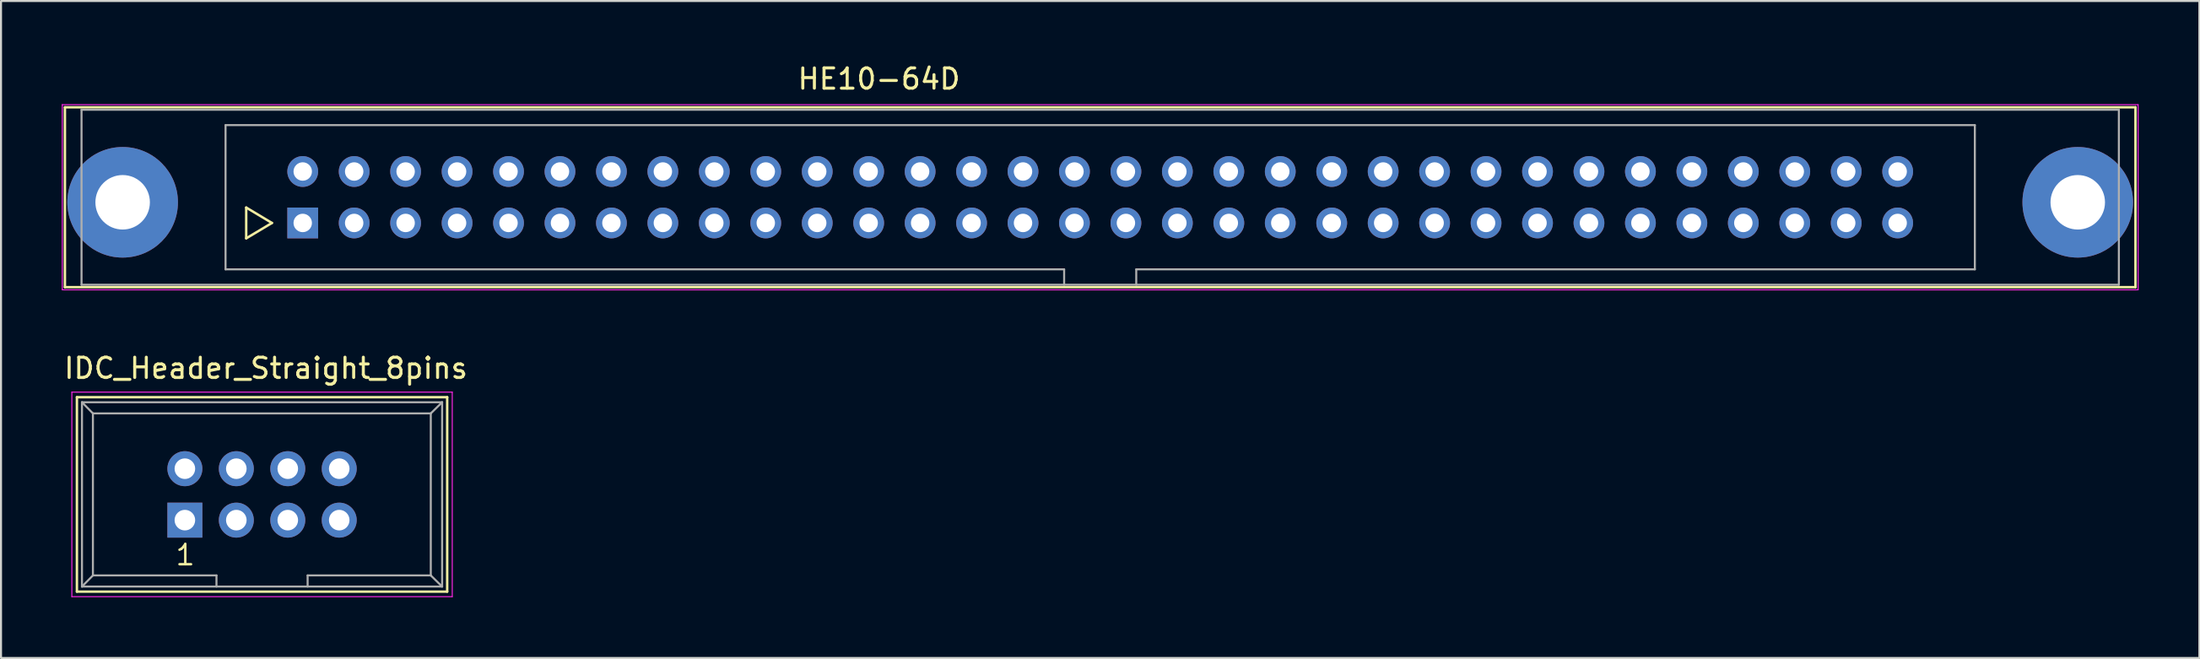
<source format=kicad_pcb>
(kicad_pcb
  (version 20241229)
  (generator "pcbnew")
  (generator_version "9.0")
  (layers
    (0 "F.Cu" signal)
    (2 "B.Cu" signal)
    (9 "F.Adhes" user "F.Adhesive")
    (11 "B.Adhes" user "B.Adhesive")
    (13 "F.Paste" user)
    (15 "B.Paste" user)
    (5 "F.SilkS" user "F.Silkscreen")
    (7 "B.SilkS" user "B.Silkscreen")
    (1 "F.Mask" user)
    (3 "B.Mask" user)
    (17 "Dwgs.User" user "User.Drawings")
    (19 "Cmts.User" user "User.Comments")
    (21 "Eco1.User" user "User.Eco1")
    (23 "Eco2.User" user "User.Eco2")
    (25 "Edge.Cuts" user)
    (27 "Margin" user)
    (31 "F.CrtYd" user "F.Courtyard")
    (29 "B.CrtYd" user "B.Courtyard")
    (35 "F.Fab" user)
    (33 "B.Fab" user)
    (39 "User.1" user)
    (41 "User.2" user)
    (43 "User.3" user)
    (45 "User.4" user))
  (footprint "HE10-64D"
    (layer "F.Cu")
    (at 11.895 7.958)
    (property "Reference" "HE10-64D" (at 28.45 -7.11 0) (layer "F.SilkS") (effects (font (size 1 1) (thickness 0.15))))
    (attr through_hole)
    (fp_line (start -11.74 -5.71) (end -11.74 3.17) (stroke (width 0.12) (type solid)) (layer "F.SilkS"))
    (fp_line (start -11.74 -5.71) (end 90.48 -5.71) (stroke (width 0.12) (type solid)) (layer "F.SilkS"))
    (fp_line (start -2.79 -0.76) (end -2.79 0.76) (stroke (width 0.12) (type solid)) (layer "F.SilkS"))
    (fp_line (start -2.79 0.76) (end -1.52 0) (stroke (width 0.12) (type solid)) (layer "F.SilkS"))
    (fp_line (start -1.52 0) (end -2.79 -0.76) (stroke (width 0.12) (type solid)) (layer "F.SilkS"))
    (fp_line (start 90.48 3.17) (end -11.74 3.17) (stroke (width 0.12) (type solid)) (layer "F.SilkS"))
    (fp_line (start 90.48 3.17) (end 90.48 -5.71) (stroke (width 0.12) (type solid)) (layer "F.SilkS"))
    (fp_line (start -11.87 -5.84) (end -11.87 3.3) (stroke (width 0.05) (type solid)) (layer "F.CrtYd"))
    (fp_line (start -11.87 -5.84) (end 90.61 -5.84) (stroke (width 0.05) (type solid)) (layer "F.CrtYd"))
    (fp_line (start 90.61 3.3) (end -11.87 3.3) (stroke (width 0.05) (type solid)) (layer "F.CrtYd"))
    (fp_line (start 90.61 3.3) (end 90.61 -5.84) (stroke (width 0.05) (type solid)) (layer "F.CrtYd"))
    (fp_line (start -10.92 -5.59) (end -10.92 3.05) (stroke (width 0.1) (type solid)) (layer "F.Fab"))
    (fp_line (start -10.92 3.05) (end 89.66 3.05) (stroke (width 0.1) (type solid)) (layer "F.Fab"))
    (fp_line (start -3.81 -4.83) (end 82.55 -4.83) (stroke (width 0.1) (type solid)) (layer "F.Fab"))
    (fp_line (start -3.81 2.29) (end -3.81 -4.83) (stroke (width 0.1) (type solid)) (layer "F.Fab"))
    (fp_line (start 37.59 2.29) (end -3.81 2.29) (stroke (width 0.1) (type solid)) (layer "F.Fab"))
    (fp_line (start 37.59 3.05) (end 37.59 2.29) (stroke (width 0.1) (type solid)) (layer "F.Fab"))
    (fp_line (start 41.15 2.29) (end 41.15 3.05) (stroke (width 0.1) (type solid)) (layer "F.Fab"))
    (fp_line (start 82.55 -4.83) (end 82.55 2.29) (stroke (width 0.1) (type solid)) (layer "F.Fab"))
    (fp_line (start 82.55 2.29) (end 41.15 2.29) (stroke (width 0.1) (type solid)) (layer "F.Fab"))
    (fp_line (start 89.66 -5.59) (end -10.92 -5.59) (stroke (width 0.1) (type solid)) (layer "F.Fab"))
    (fp_line (start 89.66 3.05) (end 89.66 -5.59) (stroke (width 0.1) (type solid)) (layer "F.Fab"))
    (pad "" thru_hole circle (at -8.89 -1.02) (size 5.46 5.46) (drill 2.69) (layers "*.Cu" "*.Mask"))
    (pad "" thru_hole circle (at 87.63 -1.02) (size 5.46 5.46) (drill 2.69) (layers "*.Cu" "*.Mask"))
    (pad "1" thru_hole rect (at 0 0) (size 1.52 1.52) (drill 0.91) (layers "*.Cu" "*.Mask"))
    (pad "2" thru_hole circle (at 0 -2.54) (size 1.52 1.52) (drill 0.91) (layers "*.Cu" "*.Mask"))
    (pad "3" thru_hole circle (at 2.54 0) (size 1.52 1.52) (drill 0.91) (layers "*.Cu" "*.Mask"))
    (pad "4" thru_hole circle (at 2.54 -2.54) (size 1.52 1.52) (drill 0.91) (layers "*.Cu" "*.Mask"))
    (pad "5" thru_hole circle (at 5.08 0) (size 1.52 1.52) (drill 0.91) (layers "*.Cu" "*.Mask"))
    (pad "6" thru_hole circle (at 5.08 -2.54) (size 1.52 1.52) (drill 0.91) (layers "*.Cu" "*.Mask"))
    (pad "7" thru_hole circle (at 7.62 0) (size 1.52 1.52) (drill 0.91) (layers "*.Cu" "*.Mask"))
    (pad "8" thru_hole circle (at 7.62 -2.54) (size 1.52 1.52) (drill 0.91) (layers "*.Cu" "*.Mask"))
    (pad "9" thru_hole circle (at 10.16 0) (size 1.52 1.52) (drill 0.91) (layers "*.Cu" "*.Mask"))
    (pad "10" thru_hole circle (at 10.16 -2.54) (size 1.52 1.52) (drill 0.91) (layers "*.Cu" "*.Mask"))
    (pad "11" thru_hole circle (at 12.7 0) (size 1.52 1.52) (drill 0.91) (layers "*.Cu" "*.Mask"))
    (pad "12" thru_hole circle (at 12.7 -2.54) (size 1.52 1.52) (drill 0.91) (layers "*.Cu" "*.Mask"))
    (pad "13" thru_hole circle (at 15.24 0) (size 1.52 1.52) (drill 0.91) (layers "*.Cu" "*.Mask"))
    (pad "14" thru_hole circle (at 15.24 -2.54) (size 1.52 1.52) (drill 0.91) (layers "*.Cu" "*.Mask"))
    (pad "15" thru_hole circle (at 17.78 0) (size 1.52 1.52) (drill 0.91) (layers "*.Cu" "*.Mask"))
    (pad "16" thru_hole circle (at 17.78 -2.54) (size 1.52 1.52) (drill 0.91) (layers "*.Cu" "*.Mask"))
    (pad "17" thru_hole circle (at 20.32 0) (size 1.52 1.52) (drill 0.91) (layers "*.Cu" "*.Mask"))
    (pad "18" thru_hole circle (at 20.32 -2.54) (size 1.52 1.52) (drill 0.91) (layers "*.Cu" "*.Mask"))
    (pad "19" thru_hole circle (at 22.86 0) (size 1.52 1.52) (drill 0.91) (layers "*.Cu" "*.Mask"))
    (pad "20" thru_hole circle (at 22.86 -2.54) (size 1.52 1.52) (drill 0.91) (layers "*.Cu" "*.Mask"))
    (pad "21" thru_hole circle (at 25.4 0) (size 1.52 1.52) (drill 0.91) (layers "*.Cu" "*.Mask"))
    (pad "22" thru_hole circle (at 25.4 -2.54) (size 1.52 1.52) (drill 0.91) (layers "*.Cu" "*.Mask"))
    (pad "23" thru_hole circle (at 27.94 0) (size 1.52 1.52) (drill 0.91) (layers "*.Cu" "*.Mask"))
    (pad "24" thru_hole circle (at 27.94 -2.54) (size 1.52 1.52) (drill 0.91) (layers "*.Cu" "*.Mask"))
    (pad "25" thru_hole circle (at 30.48 0) (size 1.52 1.52) (drill 0.91) (layers "*.Cu" "*.Mask"))
    (pad "26" thru_hole circle (at 30.48 -2.54) (size 1.52 1.52) (drill 0.91) (layers "*.Cu" "*.Mask"))
    (pad "27" thru_hole circle (at 33.02 0) (size 1.52 1.52) (drill 0.91) (layers "*.Cu" "*.Mask"))
    (pad "28" thru_hole circle (at 33.02 -2.54) (size 1.52 1.52) (drill 0.91) (layers "*.Cu" "*.Mask"))
    (pad "29" thru_hole circle (at 35.56 0) (size 1.52 1.52) (drill 0.91) (layers "*.Cu" "*.Mask"))
    (pad "30" thru_hole circle (at 35.56 -2.54) (size 1.52 1.52) (drill 0.91) (layers "*.Cu" "*.Mask"))
    (pad "31" thru_hole circle (at 38.1 0) (size 1.52 1.52) (drill 0.91) (layers "*.Cu" "*.Mask"))
    (pad "32" thru_hole circle (at 38.1 -2.54) (size 1.52 1.52) (drill 0.91) (layers "*.Cu" "*.Mask"))
    (pad "33" thru_hole circle (at 40.64 0) (size 1.52 1.52) (drill 0.91) (layers "*.Cu" "*.Mask"))
    (pad "34" thru_hole circle (at 40.64 -2.54) (size 1.52 1.52) (drill 0.91) (layers "*.Cu" "*.Mask"))
    (pad "35" thru_hole circle (at 43.18 0) (size 1.52 1.52) (drill 0.91) (layers "*.Cu" "*.Mask"))
    (pad "36" thru_hole circle (at 43.18 -2.54) (size 1.52 1.52) (drill 0.91) (layers "*.Cu" "*.Mask"))
    (pad "37" thru_hole circle (at 45.72 0) (size 1.52 1.52) (drill 0.91) (layers "*.Cu" "*.Mask"))
    (pad "38" thru_hole circle (at 45.72 -2.54) (size 1.52 1.52) (drill 0.91) (layers "*.Cu" "*.Mask"))
    (pad "39" thru_hole circle (at 48.26 0) (size 1.52 1.52) (drill 0.91) (layers "*.Cu" "*.Mask"))
    (pad "40" thru_hole circle (at 48.26 -2.54) (size 1.52 1.52) (drill 0.91) (layers "*.Cu" "*.Mask"))
    (pad "41" thru_hole circle (at 50.8 0) (size 1.52 1.52) (drill 0.91) (layers "*.Cu" "*.Mask"))
    (pad "42" thru_hole circle (at 50.8 -2.54) (size 1.52 1.52) (drill 0.91) (layers "*.Cu" "*.Mask"))
    (pad "43" thru_hole circle (at 53.34 0) (size 1.52 1.52) (drill 0.91) (layers "*.Cu" "*.Mask"))
    (pad "44" thru_hole circle (at 53.34 -2.54) (size 1.52 1.52) (drill 0.91) (layers "*.Cu" "*.Mask"))
    (pad "45" thru_hole circle (at 55.88 0) (size 1.52 1.52) (drill 0.91) (layers "*.Cu" "*.Mask"))
    (pad "46" thru_hole circle (at 55.88 -2.54) (size 1.52 1.52) (drill 0.91) (layers "*.Cu" "*.Mask"))
    (pad "47" thru_hole circle (at 58.42 0) (size 1.52 1.52) (drill 0.91) (layers "*.Cu" "*.Mask"))
    (pad "48" thru_hole circle (at 58.42 -2.54) (size 1.52 1.52) (drill 0.91) (layers "*.Cu" "*.Mask"))
    (pad "49" thru_hole circle (at 60.96 0) (size 1.52 1.52) (drill 0.91) (layers "*.Cu" "*.Mask"))
    (pad "50" thru_hole circle (at 60.96 -2.54) (size 1.52 1.52) (drill 0.91) (layers "*.Cu" "*.Mask"))
    (pad "51" thru_hole circle (at 63.5 0) (size 1.52 1.52) (drill 0.91) (layers "*.Cu" "*.Mask"))
    (pad "52" thru_hole circle (at 63.5 -2.54) (size 1.52 1.52) (drill 0.91) (layers "*.Cu" "*.Mask"))
    (pad "53" thru_hole circle (at 66.04 0) (size 1.52 1.52) (drill 0.91) (layers "*.Cu" "*.Mask"))
    (pad "54" thru_hole circle (at 66.04 -2.54) (size 1.52 1.52) (drill 0.91) (layers "*.Cu" "*.Mask"))
    (pad "55" thru_hole circle (at 68.58 0) (size 1.52 1.52) (drill 0.91) (layers "*.Cu" "*.Mask"))
    (pad "56" thru_hole circle (at 68.58 -2.54) (size 1.52 1.52) (drill 0.91) (layers "*.Cu" "*.Mask"))
    (pad "57" thru_hole circle (at 71.12 0) (size 1.52 1.52) (drill 0.91) (layers "*.Cu" "*.Mask"))
    (pad "58" thru_hole circle (at 71.12 -2.54) (size 1.52 1.52) (drill 0.91) (layers "*.Cu" "*.Mask"))
    (pad "59" thru_hole circle (at 73.66 0) (size 1.52 1.52) (drill 0.91) (layers "*.Cu" "*.Mask"))
    (pad "60" thru_hole circle (at 73.66 -2.54) (size 1.52 1.52) (drill 0.91) (layers "*.Cu" "*.Mask"))
    (pad "61" thru_hole circle (at 76.2 0) (size 1.52 1.52) (drill 0.91) (layers "*.Cu" "*.Mask"))
    (pad "62" thru_hole circle (at 76.2 -2.54) (size 1.52 1.52) (drill 0.91) (layers "*.Cu" "*.Mask"))
    (pad "63" thru_hole circle (at 78.74 0) (size 1.52 1.52) (drill 0.91) (layers "*.Cu" "*.Mask"))
    (pad "64" thru_hole circle (at 78.74 -2.54) (size 1.52 1.52) (drill 0.91) (layers "*.Cu" "*.Mask")))
  (footprint "IDC_Header_Straight_8pins"
    (layer "F.Cu")
    (at 6.077 22.631)
    (property "Reference" "IDC_Header_Straight_8pins" (at 4 -7.5 0) (layer "F.SilkS") (effects (font (size 1 1) (thickness 0.15))))
    (attr through_hole)
    (fp_line (start -5.33 -6.07) (end 12.95 -6.07) (stroke (width 0.12) (type solid)) (layer "F.SilkS"))
    (fp_line (start -5.33 3.53) (end -5.33 -6.07) (stroke (width 0.12) (type solid)) (layer "F.SilkS"))
    (fp_line (start 12.95 -6.07) (end 12.95 3.53) (stroke (width 0.12) (type solid)) (layer "F.SilkS"))
    (fp_line (start 12.95 3.53) (end -5.33 3.53) (stroke (width 0.12) (type solid)) (layer "F.SilkS"))
    (fp_line (start -5.58 -6.32) (end 13.2 -6.32) (stroke (width 0.05) (type solid)) (layer "F.CrtYd"))
    (fp_line (start -5.58 3.78) (end -5.58 -6.32) (stroke (width 0.05) (type solid)) (layer "F.CrtYd"))
    (fp_line (start 13.2 -6.32) (end 13.2 3.78) (stroke (width 0.05) (type solid)) (layer "F.CrtYd"))
    (fp_line (start 13.2 3.78) (end -5.58 3.78) (stroke (width 0.05) (type solid)) (layer "F.CrtYd"))
    (fp_line (start -5.08 -5.82) (end -5.08 3.28) (stroke (width 0.1) (type solid)) (layer "F.Fab"))
    (fp_line (start -5.08 -5.82) (end -4.54 -5.27) (stroke (width 0.1) (type solid)) (layer "F.Fab"))
    (fp_line (start -5.08 -5.82) (end 12.7 -5.82) (stroke (width 0.1) (type solid)) (layer "F.Fab"))
    (fp_line (start -5.08 3.28) (end -4.54 2.73) (stroke (width 0.1) (type solid)) (layer "F.Fab"))
    (fp_line (start -5.08 3.28) (end 12.7 3.28) (stroke (width 0.1) (type solid)) (layer "F.Fab"))
    (fp_line (start -4.54 -5.27) (end -4.54 2.73) (stroke (width 0.1) (type solid)) (layer "F.Fab"))
    (fp_line (start -4.54 -5.27) (end 12.14 -5.27) (stroke (width 0.1) (type solid)) (layer "F.Fab"))
    (fp_line (start -4.54 2.73) (end 1.56 2.73) (stroke (width 0.1) (type solid)) (layer "F.Fab"))
    (fp_line (start 1.56 2.73) (end 1.56 3.28) (stroke (width 0.1) (type solid)) (layer "F.Fab"))
    (fp_line (start 6.06 2.73) (end 6.06 3.28) (stroke (width 0.1) (type solid)) (layer "F.Fab"))
    (fp_line (start 6.06 2.73) (end 12.14 2.73) (stroke (width 0.1) (type solid)) (layer "F.Fab"))
    (fp_line (start 12.14 -5.27) (end 12.14 2.73) (stroke (width 0.1) (type solid)) (layer "F.Fab"))
    (fp_line (start 12.7 -5.82) (end 12.14 -5.27) (stroke (width 0.1) (type solid)) (layer "F.Fab"))
    (fp_line (start 12.7 -5.82) (end 12.7 3.28) (stroke (width 0.1) (type solid)) (layer "F.Fab"))
    (fp_line (start 12.7 3.28) (end 12.14 2.73) (stroke (width 0.1) (type solid)) (layer "F.Fab"))
    (fp_text user "1" (at 0.02 1.72 0) (layer "F.SilkS") (effects (font (size 1 1) (thickness 0.12))))
    (pad "1" thru_hole rect (at 0 0) (size 1.727 1.727) (drill 1.016) (layers "*.Cu" "*.Mask"))
    (pad "2" thru_hole oval (at 0 -2.54) (size 1.727 1.727) (drill 1.016) (layers "*.Cu" "*.Mask"))
    (pad "3" thru_hole oval (at 2.54 0) (size 1.727 1.727) (drill 1.016) (layers "*.Cu" "*.Mask"))
    (pad "4" thru_hole oval (at 2.54 -2.54) (size 1.727 1.727) (drill 1.016) (layers "*.Cu" "*.Mask"))
    (pad "5" thru_hole oval (at 5.08 0) (size 1.727 1.727) (drill 1.016) (layers "*.Cu" "*.Mask"))
    (pad "6" thru_hole oval (at 5.08 -2.54) (size 1.727 1.727) (drill 1.016) (layers "*.Cu" "*.Mask"))
    (pad "7" thru_hole oval (at 7.62 0) (size 1.727 1.727) (drill 1.016) (layers "*.Cu" "*.Mask"))
    (pad "8" thru_hole oval (at 7.62 -2.54) (size 1.727 1.727) (drill 1.016) (layers "*.Cu" "*.Mask")))
  (gr_rect
    (start -3 -3)
    (end 105.53 29.436)
    (stroke (width 0.1) (type default))
    (fill no)
    (layer "Edge.Cuts")))
</source>
